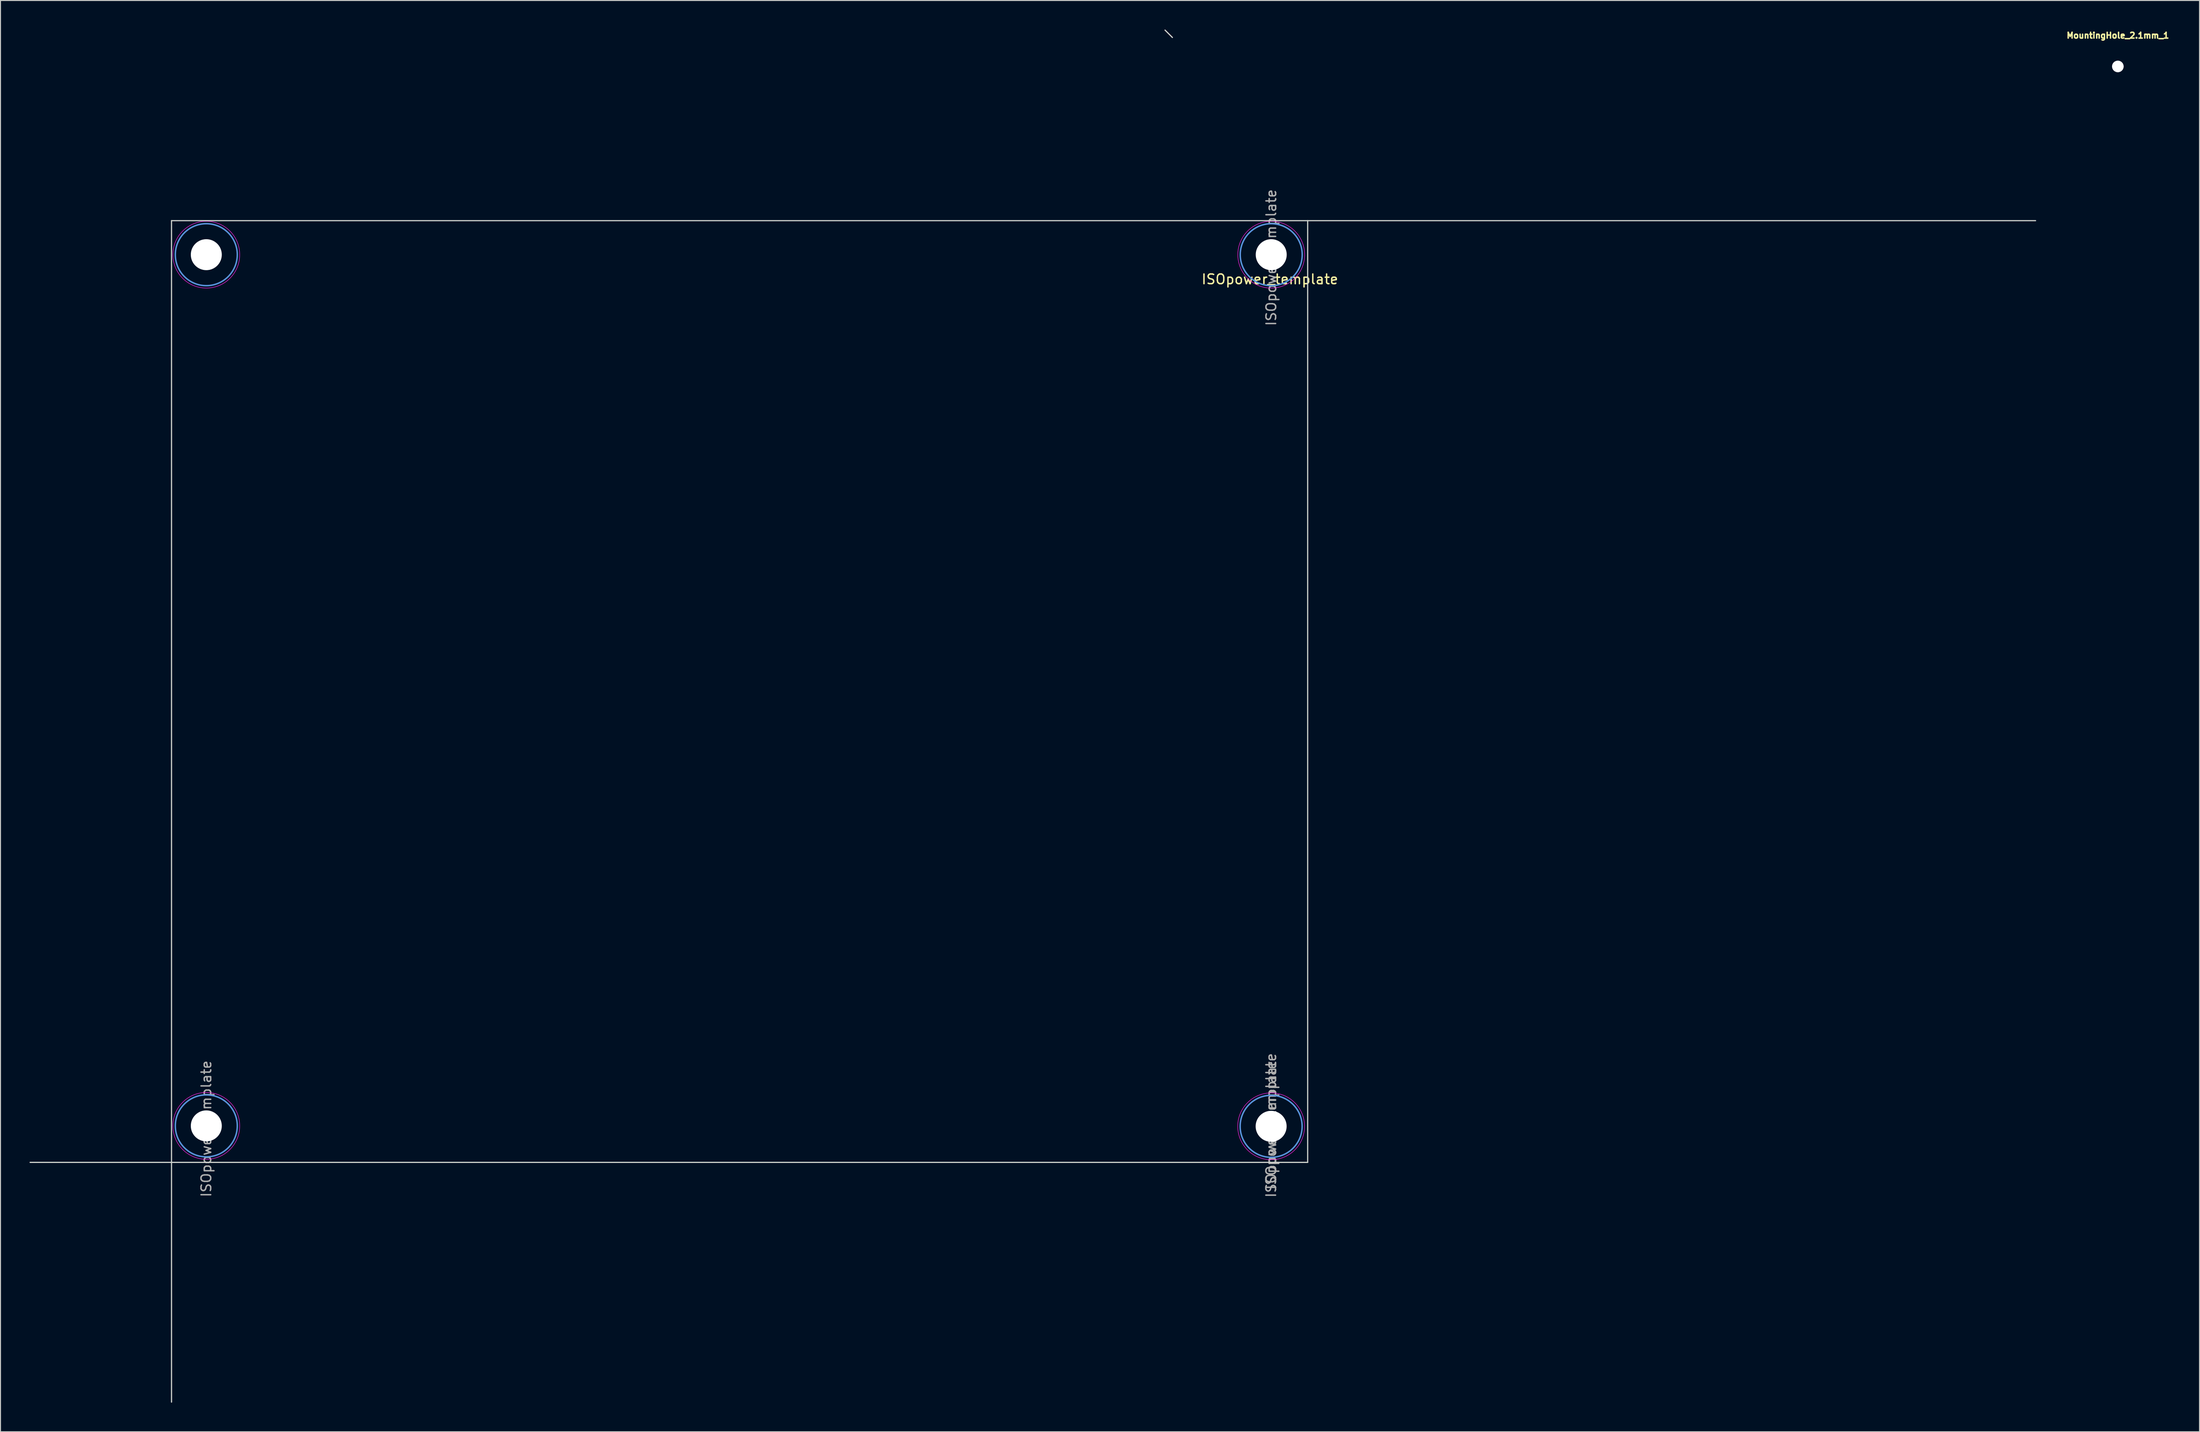
<source format=kicad_pcb>
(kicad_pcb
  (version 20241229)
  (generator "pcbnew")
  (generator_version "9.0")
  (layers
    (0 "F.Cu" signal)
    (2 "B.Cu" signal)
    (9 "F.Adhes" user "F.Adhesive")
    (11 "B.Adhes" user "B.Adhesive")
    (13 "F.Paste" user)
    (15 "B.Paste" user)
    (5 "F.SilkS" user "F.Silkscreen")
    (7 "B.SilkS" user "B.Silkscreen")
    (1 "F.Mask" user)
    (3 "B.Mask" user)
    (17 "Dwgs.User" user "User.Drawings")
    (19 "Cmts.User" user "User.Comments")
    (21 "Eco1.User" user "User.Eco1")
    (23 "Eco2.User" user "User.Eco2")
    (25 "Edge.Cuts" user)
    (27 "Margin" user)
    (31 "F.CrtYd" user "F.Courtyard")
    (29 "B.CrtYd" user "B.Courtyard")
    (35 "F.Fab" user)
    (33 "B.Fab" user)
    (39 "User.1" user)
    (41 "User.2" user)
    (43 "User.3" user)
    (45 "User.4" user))
  (footprint "MountingHole_2.1mm_1"
    (layer "F.Cu")
    (at 215.693 3.814)
    (property "Reference" "MountingHole_2.1mm_1" (at 0 -3.2 0) (layer "F.SilkS") (effects (font (size 0.6 0.6) (thickness 0.15))))
    (attr exclude_from_pos_files exclude_from_bom)
    (fp_line (start -0.62 0) (end 0.62 0) (stroke (width 0.01) (type default)) (layer "F.Fab"))
    (fp_line (start 0 -0.61) (end 0 0.63) (stroke (width 0.01) (type default)) (layer "F.Fab"))
    (fp_circle (center 0 0) (end 0.09 0) (stroke (width 0.01) (type default)) (fill no) (layer "F.Fab"))
    (pad "" np_thru_hole circle (at 0 0) (size 1.2 1.2) (drill 1.2) (layers "*.Cu" "*.Mask")))
  (footprint "ISOpower_template"
    (layer "F.Cu")
    (at 74.609 66.989)
    (property "Reference" "ISOpower_template" (at 53.504 -41.19 0) (layer "F.SilkS") (effects (font (size 1 1) (thickness 0.15))))
    (attr exclude_from_pos_files)
    (fp_circle (center -56.351 -43.73) (end -56.351 -40.53) (stroke (width 0.15) (type solid)) (fill no) (layer "Cmts.User"))
    (fp_circle (center -56.351 46.267) (end -56.351 49.467) (stroke (width 0.15) (type solid)) (fill no) (layer "Cmts.User"))
    (fp_circle (center 53.631 46.313) (end 53.631 49.513) (stroke (width 0.15) (type solid)) (fill no) (layer "Cmts.User"))
    (fp_circle (center 53.64 -43.73) (end 53.64 -40.53) (stroke (width 0.15) (type solid)) (fill no) (layer "Cmts.User"))
    (fp_line (start -74.549 50.038) (end 57.404 50.038) (stroke (width 0.12) (type default)) (layer "Edge.Cuts"))
    (fp_line (start -59.944 -47.244) (end -59.944 74.803) (stroke (width 0.12) (type default)) (layer "Edge.Cuts"))
    (fp_line (start -59.944 -47.244) (end 132.588 -47.244) (stroke (width 0.12) (type default)) (layer "Edge.Cuts"))
    (fp_line (start 42.672 -66.929) (end 43.434 -66.167) (stroke (width 0.12) (type default)) (layer "Edge.Cuts"))
    (fp_line (start 57.404 -47.244) (end 57.404 50.038) (stroke (width 0.12) (type default)) (layer "Edge.Cuts"))
    (fp_circle (center -56.351 -43.73) (end -56.351 -40.28) (stroke (width 0.05) (type solid)) (fill no) (layer "F.CrtYd"))
    (fp_circle (center -56.351 46.267) (end -56.351 49.717) (stroke (width 0.05) (type solid)) (fill no) (layer "F.CrtYd"))
    (fp_circle (center 53.631 46.313) (end 53.631 49.763) (stroke (width 0.05) (type solid)) (fill no) (layer "F.CrtYd"))
    (fp_circle (center 53.64 -43.73) (end 53.64 -40.28) (stroke (width 0.05) (type solid)) (fill no) (layer "F.CrtYd"))
    (fp_text user "${REFERENCE}" (at -56.351 46.567 270) (layer "F.Fab") (effects (font (size 1 1) (thickness 0.15))))
    (fp_text user "${REFERENCE}" (at 53.631 46.613 270) (layer "F.Fab") (effects (font (size 1 1) (thickness 0.15))))
    (fp_text user "${REFERENCE}" (at 53.631 45.805 270) (layer "F.Fab") (effects (font (size 1 1) (thickness 0.15))))
    (fp_text user "${REFERENCE}" (at 53.64 -43.43 270) (layer "F.Fab") (effects (font (size 1 1) (thickness 0.15))))
    (pad "" np_thru_hole circle (at -56.351 -43.73 270) (size 3.2 3.2) (drill 3.2) (layers "*.Cu" "*.Mask"))
    (pad "" np_thru_hole circle (at -56.351 46.267 270) (size 3.2 3.2) (drill 3.2) (layers "*.Cu" "*.Mask"))
    (pad "" np_thru_hole circle (at 53.631 46.313 270) (size 3.2 3.2) (drill 3.2) (layers "*.Cu" "*.Mask"))
    (pad "" np_thru_hole circle (at 53.64 -43.73 270) (size 3.2 3.2) (drill 3.2) (layers "*.Cu" "*.Mask")))
  (gr_rect
    (start -3 -3)
    (end 224.13 144.852)
    (stroke (width 0.1) (type default))
    (fill no)
    (layer "Edge.Cuts")))
</source>
